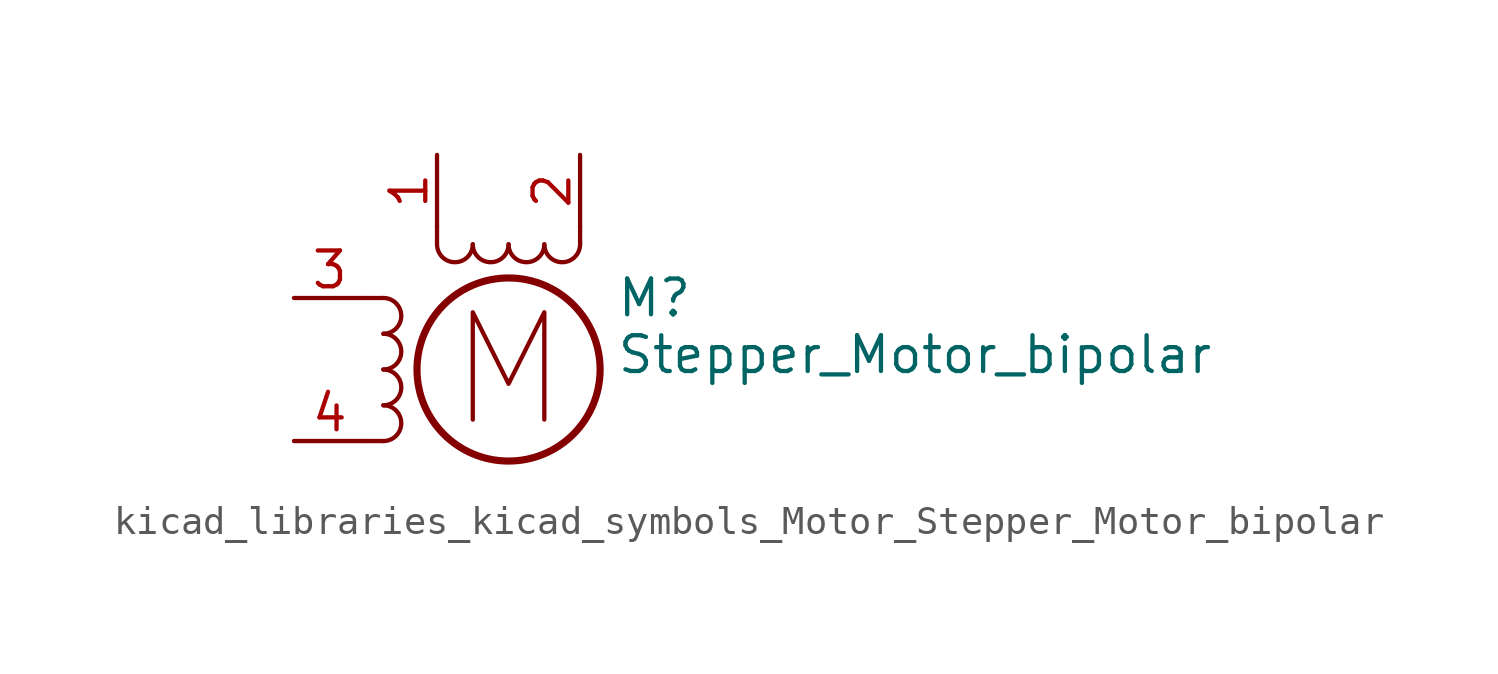
<source format=kicad_sym>
(kicad_symbol_lib
  (version 20220914)
  (generator kicad_symbol_editor)
  (symbol "kicad_libraries_kicad_symbols_Motor_Stepper_Motor_bipolar"
    (pin_names
      (offset 0) hide)
    (property "Reference" "M"
      (at 3.81 2.54 0)
      (effects (font (size 1.27 1.27)) (justify left)))
    (property "Value" "Stepper_Motor_bipolar"
      (at 3.81 1.27 0)
      (effects (font (size 1.27 1.27)) (justify left top)))
    (symbol "kicad_libraries_kicad_symbols_Motor_Stepper_Motor_bipolar_0_0"
      (polyline (pts (xy -1.27 -1.778) (xy -1.27 2.032) (xy 0 -0.508) (xy 1.27 2.032) (xy 1.27 -1.778)) (stroke (width 0) (type default)) (fill (type none))))
    (symbol "kicad_libraries_kicad_symbols_Motor_Stepper_Motor_bipolar_0_1"
      (arc (start -4.445 -2.54) (mid -3.8127 -1.905) (end -4.445 -1.27) (stroke (width 0) (type default)) (fill (type none)))
      (arc (start -4.445 -1.27) (mid -3.8127 -0.635) (end -4.445 0) (stroke (width 0) (type default)) (fill (type none)))
      (arc (start -4.445 0) (mid -3.8127 0.635) (end -4.445 1.27) (stroke (width 0) (type default)) (fill (type none)))
      (arc (start -4.445 1.27) (mid -3.8127 1.905) (end -4.445 2.54) (stroke (width 0) (type default)) (fill (type none)))
      (arc (start -2.54 4.445) (mid -1.905 3.8127) (end -1.27 4.445) (stroke (width 0) (type default)) (fill (type none)))
      (arc (start -1.27 4.445) (mid -0.635 3.8127) (end 0 4.445) (stroke (width 0) (type default)) (fill (type none)))
      (polyline (pts (xy -5.08 -2.54) (xy -4.445 -2.54)) (stroke (width 0) (type default)) (fill (type none)))
      (polyline (pts (xy -5.08 2.54) (xy -4.445 2.54)) (stroke (width 0) (type default)) (fill (type none)))
      (polyline (pts (xy -2.54 5.08) (xy -2.54 4.445)) (stroke (width 0) (type default)) (fill (type none)))
      (polyline (pts (xy 2.54 5.08) (xy 2.54 4.445)) (stroke (width 0) (type default)) (fill (type none)))
      (circle (center 0 0) (radius 3.251) (stroke (width 0.254) (type default)) (fill (type none)))
      (arc (start 0 4.445) (mid 0.635 3.8127) (end 1.27 4.445) (stroke (width 0) (type default)) (fill (type none)))
      (arc (start 1.27 4.445) (mid 1.905 3.8127) (end 2.54 4.445) (stroke (width 0) (type default)) (fill (type none))))
    (symbol "kicad_libraries_kicad_symbols_Motor_Stepper_Motor_bipolar_1_1"
      (pin passive line (at -2.54 7.62 270) (length 2.54) (name "~" (effects (font (size 1.27 1.27)))) (number "1" (effects (font (size 1.27 1.27)))))
      (pin passive line (at 2.54 7.62 270) (length 2.54) (name "-" (effects (font (size 1.27 1.27)))) (number "2" (effects (font (size 1.27 1.27)))))
      (pin passive line (at -7.62 2.54 0) (length 2.54) (name "~" (effects (font (size 1.27 1.27)))) (number "3" (effects (font (size 1.27 1.27)))))
      (pin passive line (at -7.62 -2.54 0) (length 2.54) (name "~" (effects (font (size 1.27 1.27)))) (number "4" (effects (font (size 1.27 1.27))))))))
</source>
